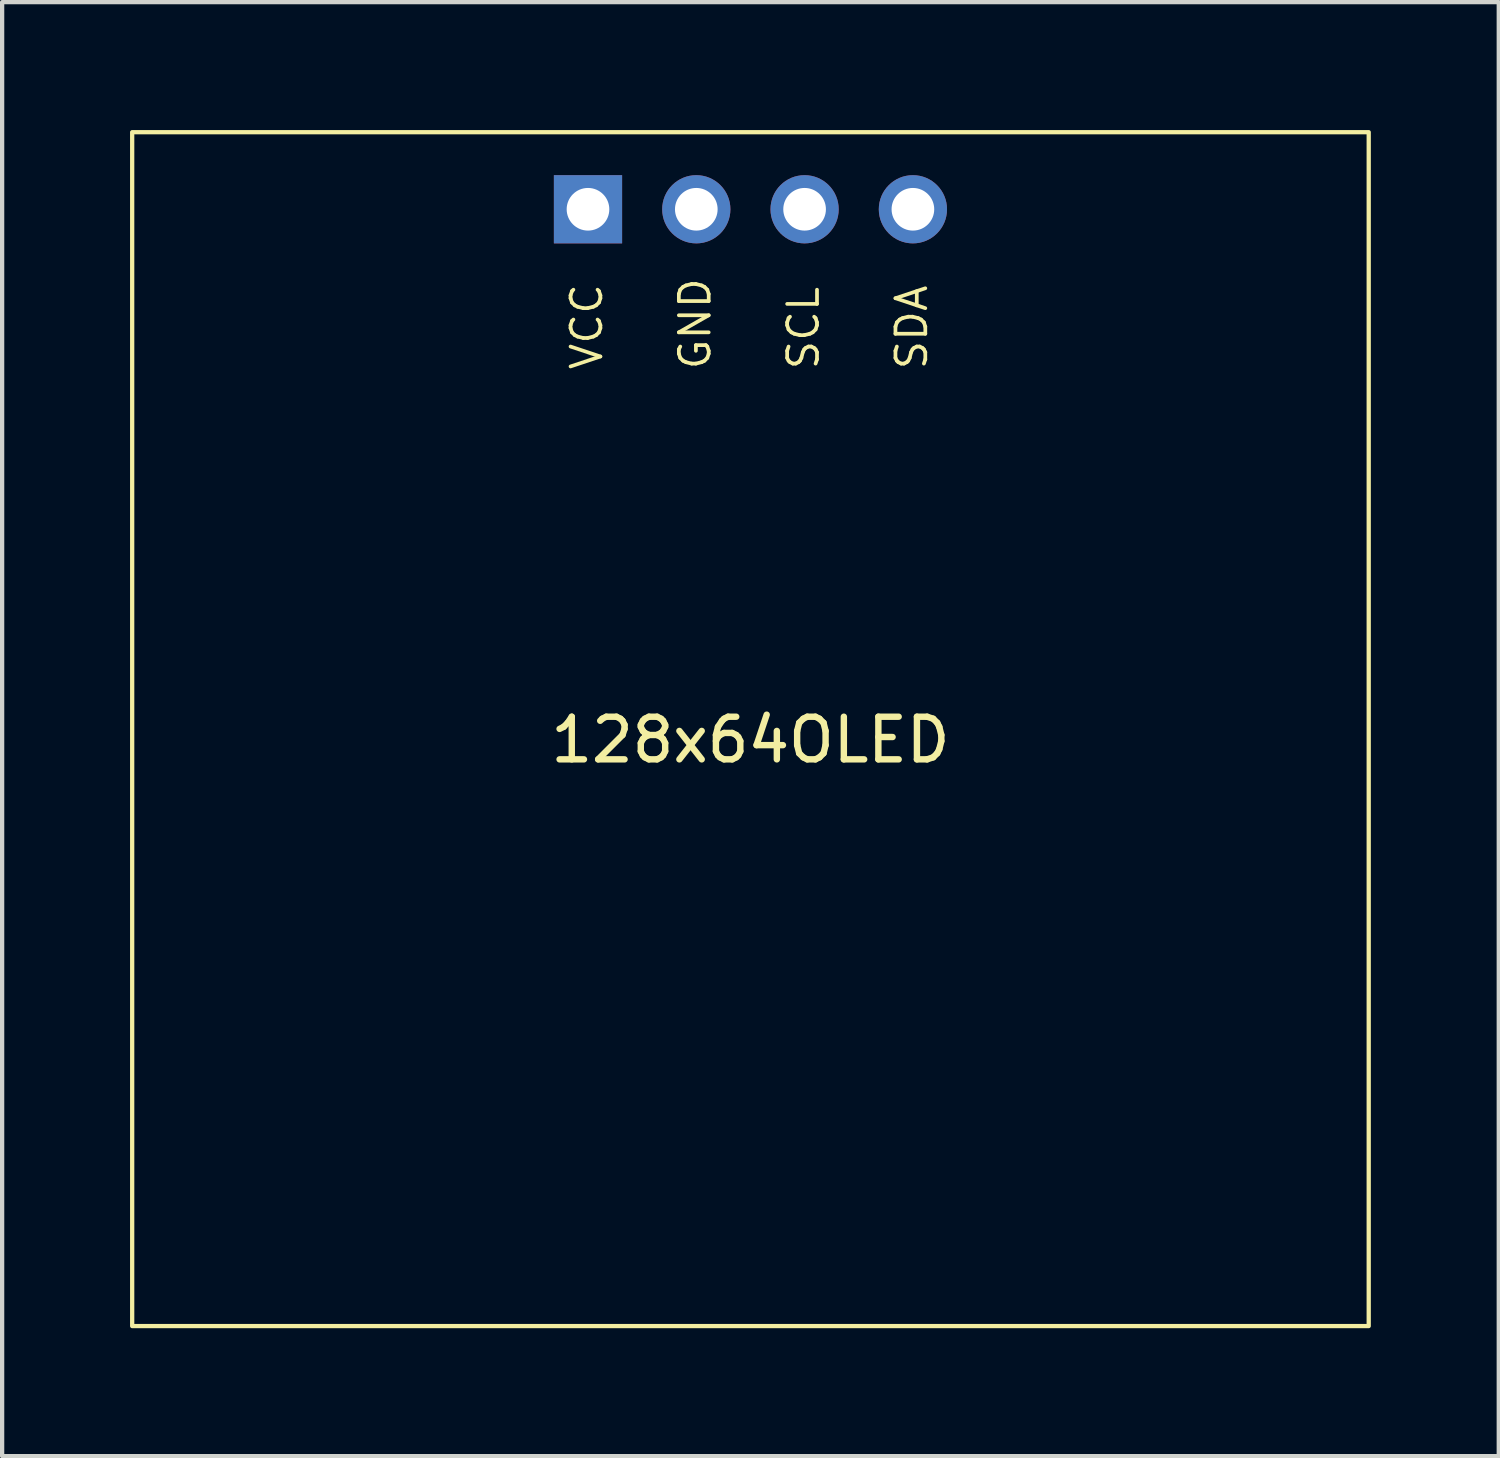
<source format=kicad_pcb>
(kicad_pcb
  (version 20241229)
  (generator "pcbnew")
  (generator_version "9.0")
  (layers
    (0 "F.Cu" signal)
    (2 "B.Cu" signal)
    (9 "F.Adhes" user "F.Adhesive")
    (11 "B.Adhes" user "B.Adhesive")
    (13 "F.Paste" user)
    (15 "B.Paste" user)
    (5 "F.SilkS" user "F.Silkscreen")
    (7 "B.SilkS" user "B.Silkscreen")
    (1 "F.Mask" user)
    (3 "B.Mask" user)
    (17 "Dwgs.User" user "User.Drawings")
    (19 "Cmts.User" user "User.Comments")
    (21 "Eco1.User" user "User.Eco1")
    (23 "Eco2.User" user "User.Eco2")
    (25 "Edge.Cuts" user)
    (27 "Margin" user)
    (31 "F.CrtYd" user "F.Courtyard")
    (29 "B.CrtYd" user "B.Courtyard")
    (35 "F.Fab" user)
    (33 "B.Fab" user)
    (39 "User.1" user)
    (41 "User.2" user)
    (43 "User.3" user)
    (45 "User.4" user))
  (footprint "128x64OLED"
    (layer "F.Cu")
    (at 14.55 14.05)
    (property "Reference" "128x64OLED" (at 0 0.254 0) (layer "F.SilkS") (effects (font (size 1 1) (thickness 0.15))))
    (attr through_hole)
    (fp_rect (start -14.5 -14) (end 14.5 14) (stroke (width 0.1) (type solid)) (fill no) (layer "F.SilkS"))
    (fp_text user "SDA" (at 4.191 -8.382 90) (unlocked yes) (layer "F.SilkS") (effects (font (size 0.7 0.7) (thickness 0.087)) (justify left bottom)))
    (fp_text user "GND" (at -0.889 -8.382 90) (unlocked yes) (layer "F.SilkS") (effects (font (size 0.7 0.7) (thickness 0.087)) (justify left bottom)))
    (fp_text user "SCL" (at 1.651 -8.382 90) (unlocked yes) (layer "F.SilkS") (effects (font (size 0.7 0.7) (thickness 0.087)) (justify left bottom)))
    (fp_text user "VCC" (at -3.429 -8.382 90) (unlocked yes) (layer "F.SilkS") (effects (font (size 0.7 0.7) (thickness 0.087)) (justify left bottom)))
    (pad "1" thru_hole rect (at -3.81 -12.192 90) (size 1.6 1.6) (drill 1) (layers "*.Cu" "*.Mask"))
    (pad "2" thru_hole oval (at -1.27 -12.192 90) (size 1.6 1.6) (drill 1) (layers "*.Cu" "*.Mask"))
    (pad "3" thru_hole oval (at 1.27 -12.192 90) (size 1.6 1.6) (drill 1) (layers "*.Cu" "*.Mask"))
    (pad "4" thru_hole oval (at 3.81 -12.192 90) (size 1.6 1.6) (drill 1) (layers "*.Cu" "*.Mask")))
  (gr_rect
    (start -3 -3)
    (end 32.1 31.1)
    (stroke (width 0.1) (type default))
    (fill no)
    (layer "Edge.Cuts")))
</source>
